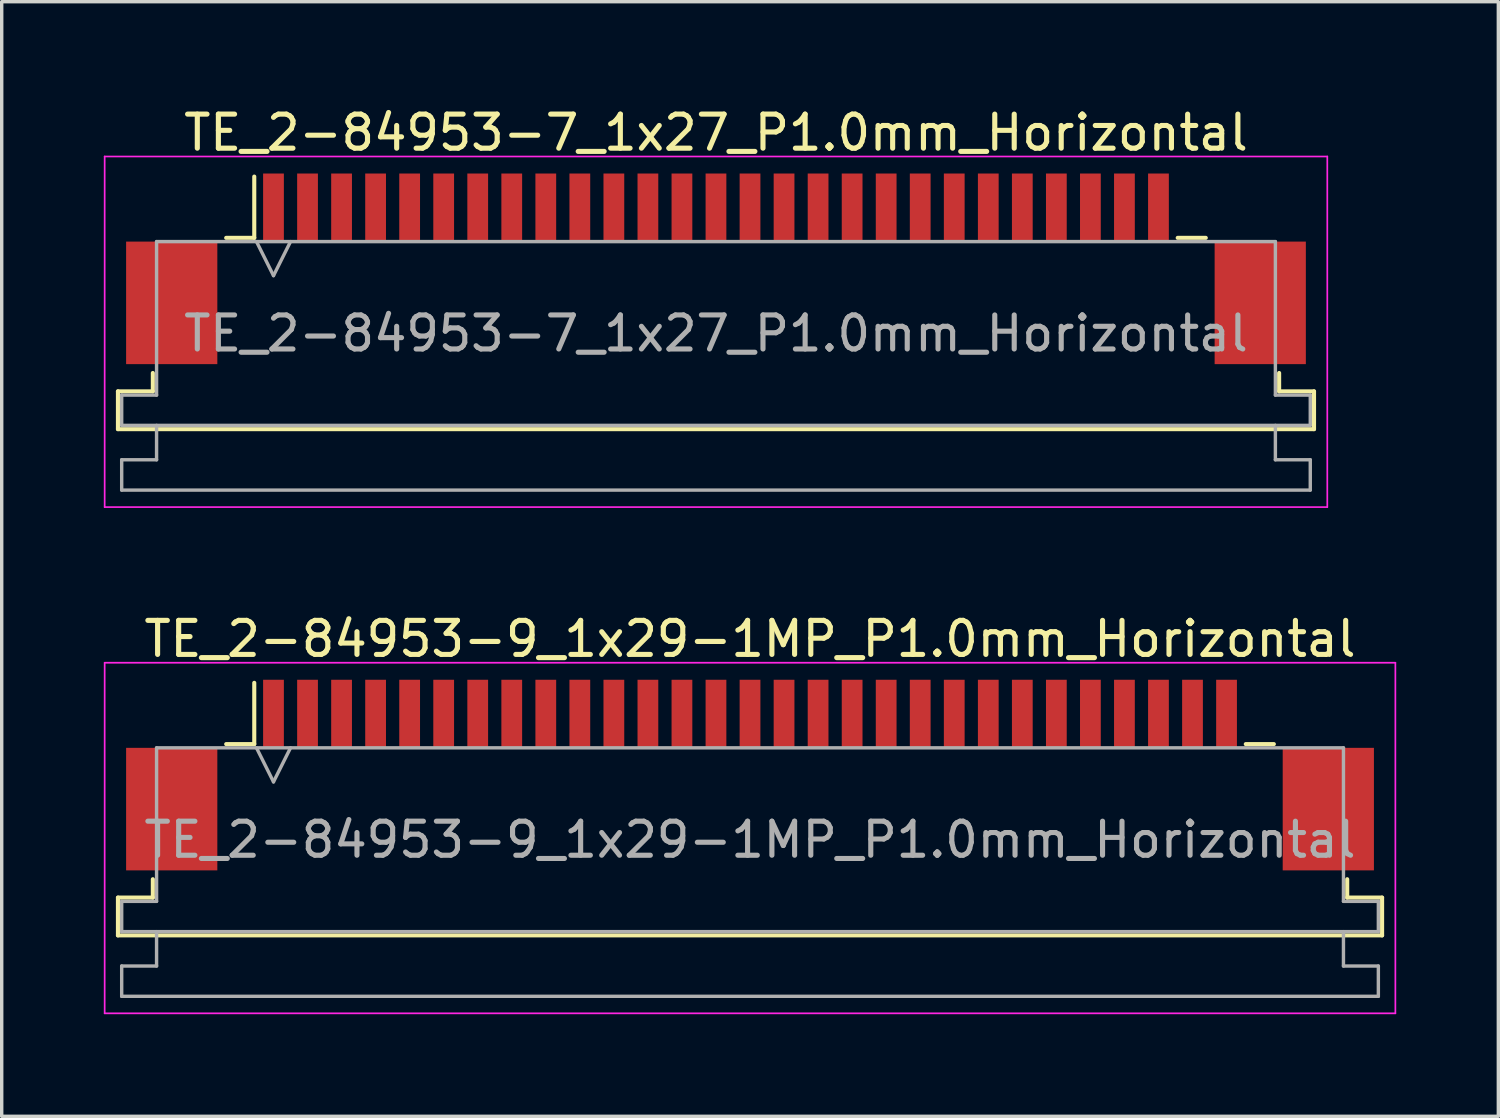
<source format=kicad_pcb>
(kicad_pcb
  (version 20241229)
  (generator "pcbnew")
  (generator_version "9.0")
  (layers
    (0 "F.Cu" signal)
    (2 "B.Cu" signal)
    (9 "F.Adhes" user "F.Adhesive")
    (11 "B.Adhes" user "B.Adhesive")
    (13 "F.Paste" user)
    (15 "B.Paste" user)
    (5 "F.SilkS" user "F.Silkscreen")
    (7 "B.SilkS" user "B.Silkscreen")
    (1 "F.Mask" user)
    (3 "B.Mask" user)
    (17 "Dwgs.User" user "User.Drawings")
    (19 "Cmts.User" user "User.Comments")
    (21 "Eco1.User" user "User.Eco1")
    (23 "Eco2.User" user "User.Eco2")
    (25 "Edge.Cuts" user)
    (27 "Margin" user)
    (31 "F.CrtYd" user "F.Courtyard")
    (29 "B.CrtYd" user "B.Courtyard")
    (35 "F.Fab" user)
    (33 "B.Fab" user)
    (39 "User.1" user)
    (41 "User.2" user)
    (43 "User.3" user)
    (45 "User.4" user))
  (footprint "TE_2-84953-7_1x27_P1.0mm_Horizontal"
    (layer "F.Cu")
    (at 17.985 4.848)
    (property "Reference" "TE_2-84953-7_1x27_P1.0mm_Horizontal" (at 0 -4 0) (layer "F.SilkS") (effects (font (size 1 1) (thickness 0.15))))
    (attr smd)
    (fp_line (start -17.57 3.6) (end -16.545 3.6) (stroke (width 0.12) (type solid)) (layer "F.SilkS"))
    (fp_line (start -17.57 4.71) (end -17.57 3.6) (stroke (width 0.12) (type solid)) (layer "F.SilkS"))
    (fp_line (start -16.545 3.6) (end -16.545 3.06) (stroke (width 0.12) (type solid)) (layer "F.SilkS"))
    (fp_line (start -14.39 -0.91) (end -13.565 -0.91) (stroke (width 0.12) (type solid)) (layer "F.SilkS"))
    (fp_line (start -13.565 -0.91) (end -13.565 -2.71) (stroke (width 0.12) (type solid)) (layer "F.SilkS"))
    (fp_line (start 13.565 -0.91) (end 14.39 -0.91) (stroke (width 0.12) (type solid)) (layer "F.SilkS"))
    (fp_line (start 16.545 3.06) (end 16.545 3.6) (stroke (width 0.12) (type solid)) (layer "F.SilkS"))
    (fp_line (start 16.545 3.6) (end 17.57 3.6) (stroke (width 0.12) (type solid)) (layer "F.SilkS"))
    (fp_line (start 17.57 3.6) (end 17.57 4.71) (stroke (width 0.12) (type solid)) (layer "F.SilkS"))
    (fp_line (start 17.57 4.71) (end -17.57 4.71) (stroke (width 0.12) (type solid)) (layer "F.SilkS"))
    (fp_line (start -17.96 -3.3) (end -17.96 7) (stroke (width 0.05) (type solid)) (layer "F.CrtYd"))
    (fp_line (start -17.96 7) (end 17.96 7) (stroke (width 0.05) (type solid)) (layer "F.CrtYd"))
    (fp_line (start 17.96 -3.3) (end -17.96 -3.3) (stroke (width 0.05) (type solid)) (layer "F.CrtYd"))
    (fp_line (start 17.96 7) (end 17.96 -3.3) (stroke (width 0.05) (type solid)) (layer "F.CrtYd"))
    (fp_line (start -17.46 3.71) (end -16.435 3.71) (stroke (width 0.1) (type solid)) (layer "F.Fab"))
    (fp_line (start -17.46 4.6) (end -17.46 3.71) (stroke (width 0.1) (type solid)) (layer "F.Fab"))
    (fp_line (start -17.46 5.61) (end -16.435 5.61) (stroke (width 0.1) (type solid)) (layer "F.Fab"))
    (fp_line (start -17.46 6.5) (end -17.46 5.61) (stroke (width 0.1) (type solid)) (layer "F.Fab"))
    (fp_line (start -16.435 -0.8) (end 16.435 -0.8) (stroke (width 0.1) (type solid)) (layer "F.Fab"))
    (fp_line (start -16.435 3.71) (end -16.435 -0.8) (stroke (width 0.1) (type solid)) (layer "F.Fab"))
    (fp_line (start -16.435 5.61) (end -16.435 4.6) (stroke (width 0.1) (type solid)) (layer "F.Fab"))
    (fp_line (start -13.5 -0.8) (end -13 0.2) (stroke (width 0.1) (type solid)) (layer "F.Fab"))
    (fp_line (start -13 0.2) (end -12.5 -0.8) (stroke (width 0.1) (type solid)) (layer "F.Fab"))
    (fp_line (start 16.435 -0.8) (end 16.435 3.71) (stroke (width 0.1) (type solid)) (layer "F.Fab"))
    (fp_line (start 16.435 3.71) (end 17.46 3.71) (stroke (width 0.1) (type solid)) (layer "F.Fab"))
    (fp_line (start 16.435 4.6) (end 16.435 5.61) (stroke (width 0.1) (type solid)) (layer "F.Fab"))
    (fp_line (start 16.435 5.61) (end 17.46 5.61) (stroke (width 0.1) (type solid)) (layer "F.Fab"))
    (fp_line (start 17.46 3.71) (end 17.46 4.6) (stroke (width 0.1) (type solid)) (layer "F.Fab"))
    (fp_line (start 17.46 4.6) (end -17.46 4.6) (stroke (width 0.1) (type solid)) (layer "F.Fab"))
    (fp_line (start 17.46 5.61) (end 17.46 6.5) (stroke (width 0.1) (type solid)) (layer "F.Fab"))
    (fp_line (start 17.46 6.5) (end -17.46 6.5) (stroke (width 0.1) (type solid)) (layer "F.Fab"))
    (fp_text user "${REFERENCE}" (at 0 1.9 0) (layer "F.Fab") (effects (font (size 1 1) (thickness 0.15))))
    (pad "" smd rect (at -15.99 1) (size 2.68 3.6) (layers "F.Cu" "F.Mask" "F.Paste"))
    (pad "" smd rect (at 15.99 1) (size 2.68 3.6) (layers "F.Cu" "F.Mask" "F.Paste"))
    (pad "1" smd rect (at -13 -1.8) (size 0.61 2) (layers "F.Cu" "F.Mask" "F.Paste"))
    (pad "2" smd rect (at -12 -1.8) (size 0.61 2) (layers "F.Cu" "F.Mask" "F.Paste"))
    (pad "3" smd rect (at -11 -1.8) (size 0.61 2) (layers "F.Cu" "F.Mask" "F.Paste"))
    (pad "4" smd rect (at -10 -1.8) (size 0.61 2) (layers "F.Cu" "F.Mask" "F.Paste"))
    (pad "5" smd rect (at -9 -1.8) (size 0.61 2) (layers "F.Cu" "F.Mask" "F.Paste"))
    (pad "6" smd rect (at -8 -1.8) (size 0.61 2) (layers "F.Cu" "F.Mask" "F.Paste"))
    (pad "7" smd rect (at -7 -1.8) (size 0.61 2) (layers "F.Cu" "F.Mask" "F.Paste"))
    (pad "8" smd rect (at -6 -1.8) (size 0.61 2) (layers "F.Cu" "F.Mask" "F.Paste"))
    (pad "9" smd rect (at -5 -1.8) (size 0.61 2) (layers "F.Cu" "F.Mask" "F.Paste"))
    (pad "10" smd rect (at -4 -1.8) (size 0.61 2) (layers "F.Cu" "F.Mask" "F.Paste"))
    (pad "11" smd rect (at -3 -1.8) (size 0.61 2) (layers "F.Cu" "F.Mask" "F.Paste"))
    (pad "12" smd rect (at -2 -1.8) (size 0.61 2) (layers "F.Cu" "F.Mask" "F.Paste"))
    (pad "13" smd rect (at -1 -1.8) (size 0.61 2) (layers "F.Cu" "F.Mask" "F.Paste"))
    (pad "14" smd rect (at 0 -1.8) (size 0.61 2) (layers "F.Cu" "F.Mask" "F.Paste"))
    (pad "15" smd rect (at 1 -1.8) (size 0.61 2) (layers "F.Cu" "F.Mask" "F.Paste"))
    (pad "16" smd rect (at 2 -1.8) (size 0.61 2) (layers "F.Cu" "F.Mask" "F.Paste"))
    (pad "17" smd rect (at 3 -1.8) (size 0.61 2) (layers "F.Cu" "F.Mask" "F.Paste"))
    (pad "18" smd rect (at 4 -1.8) (size 0.61 2) (layers "F.Cu" "F.Mask" "F.Paste"))
    (pad "19" smd rect (at 5 -1.8) (size 0.61 2) (layers "F.Cu" "F.Mask" "F.Paste"))
    (pad "20" smd rect (at 6 -1.8) (size 0.61 2) (layers "F.Cu" "F.Mask" "F.Paste"))
    (pad "21" smd rect (at 7 -1.8) (size 0.61 2) (layers "F.Cu" "F.Mask" "F.Paste"))
    (pad "22" smd rect (at 8 -1.8) (size 0.61 2) (layers "F.Cu" "F.Mask" "F.Paste"))
    (pad "23" smd rect (at 9 -1.8) (size 0.61 2) (layers "F.Cu" "F.Mask" "F.Paste"))
    (pad "24" smd rect (at 10 -1.8) (size 0.61 2) (layers "F.Cu" "F.Mask" "F.Paste"))
    (pad "25" smd rect (at 11 -1.8) (size 0.61 2) (layers "F.Cu" "F.Mask" "F.Paste"))
    (pad "26" smd rect (at 12 -1.8) (size 0.61 2) (layers "F.Cu" "F.Mask" "F.Paste"))
    (pad "27" smd rect (at 13 -1.8) (size 0.61 2) (layers "F.Cu" "F.Mask" "F.Paste")))
  (footprint "TE_2-84953-9_1x29-1MP_P1.0mm_Horizontal"
    (layer "F.Cu")
    (at 18.985 19.721)
    (property "Reference" "TE_2-84953-9_1x29-1MP_P1.0mm_Horizontal" (at 0 -4 0) (layer "F.SilkS") (effects (font (size 1 1) (thickness 0.15))))
    (attr smd)
    (fp_line (start -18.57 3.6) (end -17.545 3.6) (stroke (width 0.12) (type solid)) (layer "F.SilkS"))
    (fp_line (start -18.57 4.71) (end -18.57 3.6) (stroke (width 0.12) (type solid)) (layer "F.SilkS"))
    (fp_line (start -17.545 3.6) (end -17.545 3.06) (stroke (width 0.12) (type solid)) (layer "F.SilkS"))
    (fp_line (start -15.39 -0.91) (end -14.565 -0.91) (stroke (width 0.12) (type solid)) (layer "F.SilkS"))
    (fp_line (start -14.565 -0.91) (end -14.565 -2.71) (stroke (width 0.12) (type solid)) (layer "F.SilkS"))
    (fp_line (start 14.565 -0.91) (end 15.39 -0.91) (stroke (width 0.12) (type solid)) (layer "F.SilkS"))
    (fp_line (start 17.545 3.06) (end 17.545 3.6) (stroke (width 0.12) (type solid)) (layer "F.SilkS"))
    (fp_line (start 17.545 3.6) (end 18.57 3.6) (stroke (width 0.12) (type solid)) (layer "F.SilkS"))
    (fp_line (start 18.57 3.6) (end 18.57 4.71) (stroke (width 0.12) (type solid)) (layer "F.SilkS"))
    (fp_line (start 18.57 4.71) (end -18.57 4.71) (stroke (width 0.12) (type solid)) (layer "F.SilkS"))
    (fp_line (start -18.96 -3.3) (end -18.96 7) (stroke (width 0.05) (type solid)) (layer "F.CrtYd"))
    (fp_line (start -18.96 7) (end 18.96 7) (stroke (width 0.05) (type solid)) (layer "F.CrtYd"))
    (fp_line (start 18.96 -3.3) (end -18.96 -3.3) (stroke (width 0.05) (type solid)) (layer "F.CrtYd"))
    (fp_line (start 18.96 7) (end 18.96 -3.3) (stroke (width 0.05) (type solid)) (layer "F.CrtYd"))
    (fp_line (start -18.46 3.71) (end -17.435 3.71) (stroke (width 0.1) (type solid)) (layer "F.Fab"))
    (fp_line (start -18.46 4.6) (end -18.46 3.71) (stroke (width 0.1) (type solid)) (layer "F.Fab"))
    (fp_line (start -18.46 5.61) (end -17.435 5.61) (stroke (width 0.1) (type solid)) (layer "F.Fab"))
    (fp_line (start -18.46 6.5) (end -18.46 5.61) (stroke (width 0.1) (type solid)) (layer "F.Fab"))
    (fp_line (start -17.435 -0.8) (end 17.435 -0.8) (stroke (width 0.1) (type solid)) (layer "F.Fab"))
    (fp_line (start -17.435 3.71) (end -17.435 -0.8) (stroke (width 0.1) (type solid)) (layer "F.Fab"))
    (fp_line (start -17.435 5.61) (end -17.435 4.6) (stroke (width 0.1) (type solid)) (layer "F.Fab"))
    (fp_line (start -14.5 -0.8) (end -14 0.2) (stroke (width 0.1) (type solid)) (layer "F.Fab"))
    (fp_line (start -14 0.2) (end -13.5 -0.8) (stroke (width 0.1) (type solid)) (layer "F.Fab"))
    (fp_line (start 17.435 -0.8) (end 17.435 3.71) (stroke (width 0.1) (type solid)) (layer "F.Fab"))
    (fp_line (start 17.435 3.71) (end 18.46 3.71) (stroke (width 0.1) (type solid)) (layer "F.Fab"))
    (fp_line (start 17.435 4.6) (end 17.435 5.61) (stroke (width 0.1) (type solid)) (layer "F.Fab"))
    (fp_line (start 17.435 5.61) (end 18.46 5.61) (stroke (width 0.1) (type solid)) (layer "F.Fab"))
    (fp_line (start 18.46 3.71) (end 18.46 4.6) (stroke (width 0.1) (type solid)) (layer "F.Fab"))
    (fp_line (start 18.46 4.6) (end -18.46 4.6) (stroke (width 0.1) (type solid)) (layer "F.Fab"))
    (fp_line (start 18.46 5.61) (end 18.46 6.5) (stroke (width 0.1) (type solid)) (layer "F.Fab"))
    (fp_line (start 18.46 6.5) (end -18.46 6.5) (stroke (width 0.1) (type solid)) (layer "F.Fab"))
    (fp_text user "${REFERENCE}" (at 0 1.9 0) (layer "F.Fab") (effects (font (size 1 1) (thickness 0.15))))
    (pad "1" smd rect (at -14 -1.8) (size 0.61 2) (layers "F.Cu" "F.Mask" "F.Paste"))
    (pad "2" smd rect (at -13 -1.8) (size 0.61 2) (layers "F.Cu" "F.Mask" "F.Paste"))
    (pad "3" smd rect (at -12 -1.8) (size 0.61 2) (layers "F.Cu" "F.Mask" "F.Paste"))
    (pad "4" smd rect (at -11 -1.8) (size 0.61 2) (layers "F.Cu" "F.Mask" "F.Paste"))
    (pad "5" smd rect (at -10 -1.8) (size 0.61 2) (layers "F.Cu" "F.Mask" "F.Paste"))
    (pad "6" smd rect (at -9 -1.8) (size 0.61 2) (layers "F.Cu" "F.Mask" "F.Paste"))
    (pad "7" smd rect (at -8 -1.8) (size 0.61 2) (layers "F.Cu" "F.Mask" "F.Paste"))
    (pad "8" smd rect (at -7 -1.8) (size 0.61 2) (layers "F.Cu" "F.Mask" "F.Paste"))
    (pad "9" smd rect (at -6 -1.8) (size 0.61 2) (layers "F.Cu" "F.Mask" "F.Paste"))
    (pad "10" smd rect (at -5 -1.8) (size 0.61 2) (layers "F.Cu" "F.Mask" "F.Paste"))
    (pad "11" smd rect (at -4 -1.8) (size 0.61 2) (layers "F.Cu" "F.Mask" "F.Paste"))
    (pad "12" smd rect (at -3 -1.8) (size 0.61 2) (layers "F.Cu" "F.Mask" "F.Paste"))
    (pad "13" smd rect (at -2 -1.8) (size 0.61 2) (layers "F.Cu" "F.Mask" "F.Paste"))
    (pad "14" smd rect (at -1 -1.8) (size 0.61 2) (layers "F.Cu" "F.Mask" "F.Paste"))
    (pad "15" smd rect (at 0 -1.8) (size 0.61 2) (layers "F.Cu" "F.Mask" "F.Paste"))
    (pad "16" smd rect (at 1 -1.8) (size 0.61 2) (layers "F.Cu" "F.Mask" "F.Paste"))
    (pad "17" smd rect (at 2 -1.8) (size 0.61 2) (layers "F.Cu" "F.Mask" "F.Paste"))
    (pad "18" smd rect (at 3 -1.8) (size 0.61 2) (layers "F.Cu" "F.Mask" "F.Paste"))
    (pad "19" smd rect (at 4 -1.8) (size 0.61 2) (layers "F.Cu" "F.Mask" "F.Paste"))
    (pad "20" smd rect (at 5 -1.8) (size 0.61 2) (layers "F.Cu" "F.Mask" "F.Paste"))
    (pad "21" smd rect (at 6 -1.8) (size 0.61 2) (layers "F.Cu" "F.Mask" "F.Paste"))
    (pad "22" smd rect (at 7 -1.8) (size 0.61 2) (layers "F.Cu" "F.Mask" "F.Paste"))
    (pad "23" smd rect (at 8 -1.8) (size 0.61 2) (layers "F.Cu" "F.Mask" "F.Paste"))
    (pad "24" smd rect (at 9 -1.8) (size 0.61 2) (layers "F.Cu" "F.Mask" "F.Paste"))
    (pad "25" smd rect (at 10 -1.8) (size 0.61 2) (layers "F.Cu" "F.Mask" "F.Paste"))
    (pad "26" smd rect (at 11 -1.8) (size 0.61 2) (layers "F.Cu" "F.Mask" "F.Paste"))
    (pad "27" smd rect (at 12 -1.8) (size 0.61 2) (layers "F.Cu" "F.Mask" "F.Paste"))
    (pad "28" smd rect (at 13 -1.8) (size 0.61 2) (layers "F.Cu" "F.Mask" "F.Paste"))
    (pad "29" smd rect (at 14 -1.8) (size 0.61 2) (layers "F.Cu" "F.Mask" "F.Paste"))
    (pad "MP" smd rect (at -16.99 1) (size 2.68 3.6) (layers "F.Cu" "F.Mask" "F.Paste"))
    (pad "MP" smd rect (at 16.99 1) (size 2.68 3.6) (layers "F.Cu" "F.Mask" "F.Paste")))
  (gr_rect
    (start -3 -3)
    (end 40.97 29.747)
    (stroke (width 0.1) (type default))
    (fill no)
    (layer "Edge.Cuts")))
</source>
